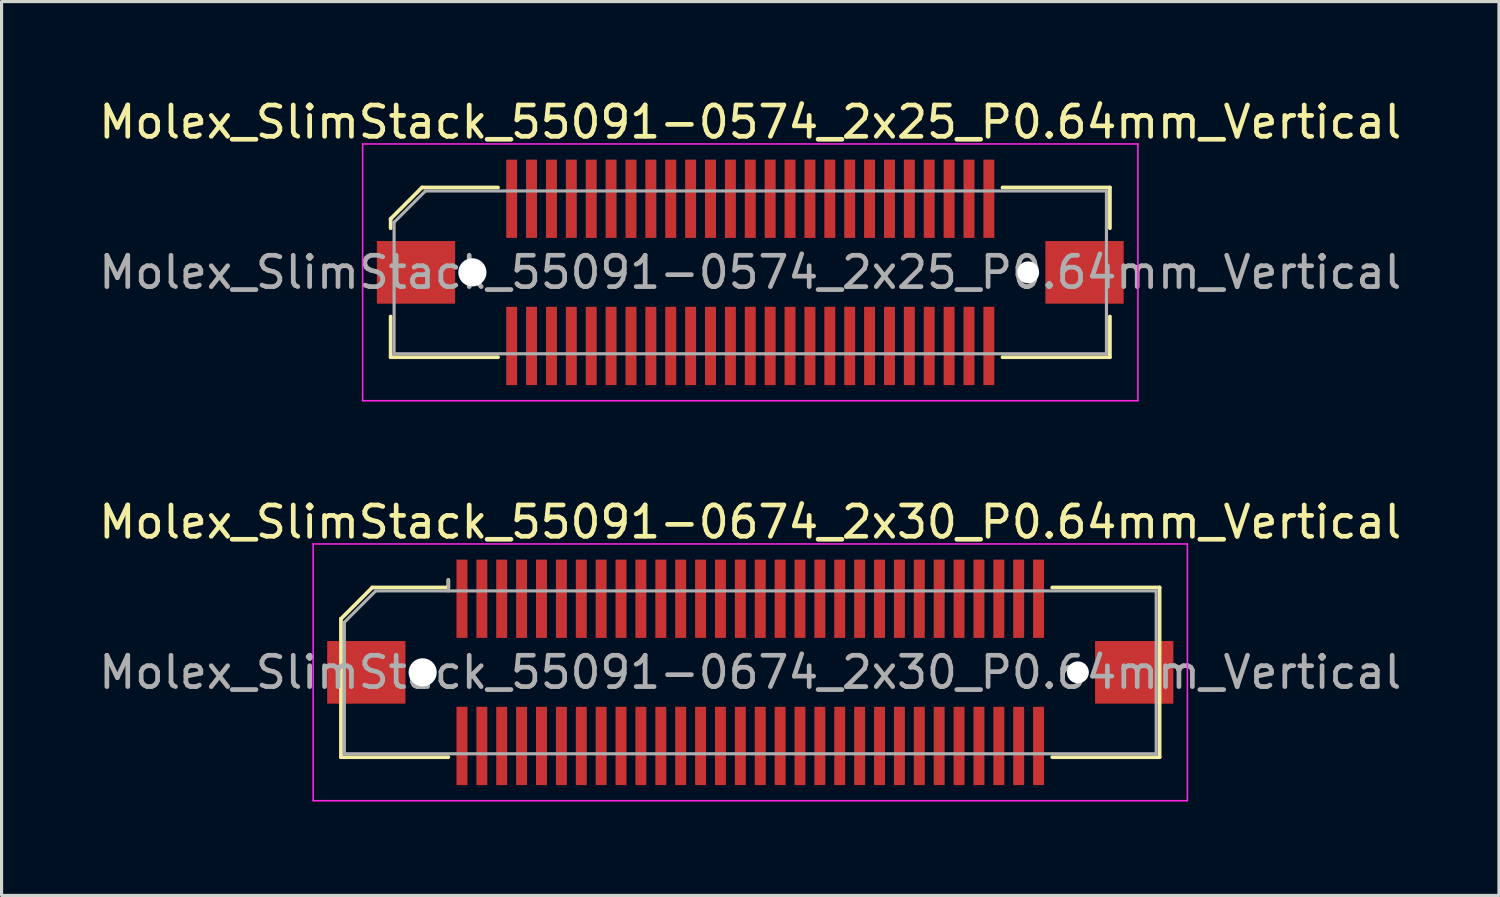
<source format=kicad_pcb>
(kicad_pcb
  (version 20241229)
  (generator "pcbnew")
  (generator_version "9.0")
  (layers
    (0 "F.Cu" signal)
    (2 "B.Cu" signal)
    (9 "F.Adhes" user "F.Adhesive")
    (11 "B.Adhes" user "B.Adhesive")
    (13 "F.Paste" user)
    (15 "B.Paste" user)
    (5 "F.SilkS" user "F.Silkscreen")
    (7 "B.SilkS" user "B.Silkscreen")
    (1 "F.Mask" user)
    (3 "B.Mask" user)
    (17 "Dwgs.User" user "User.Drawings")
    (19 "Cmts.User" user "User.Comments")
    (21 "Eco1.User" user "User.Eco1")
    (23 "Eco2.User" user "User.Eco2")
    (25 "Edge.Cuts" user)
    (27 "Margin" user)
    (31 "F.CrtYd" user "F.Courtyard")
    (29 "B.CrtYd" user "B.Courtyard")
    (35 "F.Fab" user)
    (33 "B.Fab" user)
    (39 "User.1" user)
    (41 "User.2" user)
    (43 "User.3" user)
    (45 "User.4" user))
  (footprint "Molex_SlimStack_55091-0674_2x30_P0.64mm_Vertical"
    (layer "F.Cu")
    (at 20.911 18.422)
    (property "Reference" "Molex_SlimStack_55091-0674_2x30_P0.64mm_Vertical" (at 0 -4.8 0) (layer "F.SilkS") (effects (font (size 1 1) (thickness 0.15))))
    (attr smd)
    (fp_line (start -13.072 -1.71) (end -12.072 -2.71) (stroke (width 0.12) (type solid)) (layer "F.SilkS"))
    (fp_line (start -13.072 2.71) (end -13.072 -1.71) (stroke (width 0.12) (type solid)) (layer "F.SilkS"))
    (fp_line (start -12.072 -2.71) (end -9.643 -2.71) (stroke (width 0.12) (type solid)) (layer "F.SilkS"))
    (fp_line (start -9.643 -2.71) (end -9.643 -2.95) (stroke (width 0.12) (type solid)) (layer "F.SilkS"))
    (fp_line (start -9.643 2.71) (end -13.072 2.71) (stroke (width 0.12) (type solid)) (layer "F.SilkS"))
    (fp_line (start 9.643 2.71) (end 13.072 2.71) (stroke (width 0.12) (type solid)) (layer "F.SilkS"))
    (fp_line (start 13.072 -2.71) (end 9.643 -2.71) (stroke (width 0.12) (type solid)) (layer "F.SilkS"))
    (fp_line (start 13.072 2.71) (end 13.072 -2.71) (stroke (width 0.12) (type solid)) (layer "F.SilkS"))
    (fp_line (start -13.96 -4.1) (end -13.96 4.1) (stroke (width 0.05) (type solid)) (layer "F.CrtYd"))
    (fp_line (start -13.96 4.1) (end 13.96 4.1) (stroke (width 0.05) (type solid)) (layer "F.CrtYd"))
    (fp_line (start 13.96 -4.1) (end -13.96 -4.1) (stroke (width 0.05) (type solid)) (layer "F.CrtYd"))
    (fp_line (start 13.96 4.1) (end 13.96 -4.1) (stroke (width 0.05) (type solid)) (layer "F.CrtYd"))
    (fp_line (start -12.963 -1.6) (end -11.963 -2.6) (stroke (width 0.1) (type solid)) (layer "F.Fab"))
    (fp_line (start -12.963 2.6) (end -12.963 -1.6) (stroke (width 0.1) (type solid)) (layer "F.Fab"))
    (fp_line (start -11.963 -2.6) (end 12.963 -2.6) (stroke (width 0.1) (type solid)) (layer "F.Fab"))
    (fp_line (start -9.643 -2.6) (end -9.643 -2.95) (stroke (width 0.1) (type solid)) (layer "F.Fab"))
    (fp_line (start 12.963 -2.6) (end 12.963 2.6) (stroke (width 0.1) (type solid)) (layer "F.Fab"))
    (fp_line (start 12.963 2.6) (end -12.963 2.6) (stroke (width 0.1) (type solid)) (layer "F.Fab"))
    (fp_text user "${REFERENCE}" (at 0 0 0) (layer "F.Fab") (effects (font (size 1 1) (thickness 0.15))))
    (pad "" smd rect (at -12.262 0) (size 2.5 2) (layers "F.Cu" "F.Mask" "F.Paste"))
    (pad "" np_thru_hole circle (at -10.463 0) (size 0.9 0.9) (drill 0.9) (layers "*.Cu" "*.Mask"))
    (pad "" np_thru_hole circle (at 10.463 0) (size 0.7 0.7) (drill 0.7) (layers "*.Cu" "*.Mask"))
    (pad "" smd rect (at 12.262 0) (size 2.5 2) (layers "F.Cu" "F.Mask" "F.Paste"))
    (pad "1" smd rect (at -9.207 -2.35) (size 0.35 2.5) (layers "F.Cu" "F.Mask" "F.Paste"))
    (pad "2" smd rect (at -9.207 2.35) (size 0.35 2.5) (layers "F.Cu" "F.Mask" "F.Paste"))
    (pad "3" smd rect (at -8.572 -2.35) (size 0.35 2.5) (layers "F.Cu" "F.Mask" "F.Paste"))
    (pad "4" smd rect (at -8.572 2.35) (size 0.35 2.5) (layers "F.Cu" "F.Mask" "F.Paste"))
    (pad "5" smd rect (at -7.938 -2.35) (size 0.35 2.5) (layers "F.Cu" "F.Mask" "F.Paste"))
    (pad "6" smd rect (at -7.938 2.35) (size 0.35 2.5) (layers "F.Cu" "F.Mask" "F.Paste"))
    (pad "7" smd rect (at -7.303 -2.35) (size 0.35 2.5) (layers "F.Cu" "F.Mask" "F.Paste"))
    (pad "8" smd rect (at -7.303 2.35) (size 0.35 2.5) (layers "F.Cu" "F.Mask" "F.Paste"))
    (pad "9" smd rect (at -6.668 -2.35) (size 0.35 2.5) (layers "F.Cu" "F.Mask" "F.Paste"))
    (pad "10" smd rect (at -6.668 2.35) (size 0.35 2.5) (layers "F.Cu" "F.Mask" "F.Paste"))
    (pad "11" smd rect (at -6.032 -2.35) (size 0.35 2.5) (layers "F.Cu" "F.Mask" "F.Paste"))
    (pad "12" smd rect (at -6.032 2.35) (size 0.35 2.5) (layers "F.Cu" "F.Mask" "F.Paste"))
    (pad "13" smd rect (at -5.397 -2.35) (size 0.35 2.5) (layers "F.Cu" "F.Mask" "F.Paste"))
    (pad "14" smd rect (at -5.397 2.35) (size 0.35 2.5) (layers "F.Cu" "F.Mask" "F.Paste"))
    (pad "15" smd rect (at -4.763 -2.35) (size 0.35 2.5) (layers "F.Cu" "F.Mask" "F.Paste"))
    (pad "16" smd rect (at -4.763 2.35) (size 0.35 2.5) (layers "F.Cu" "F.Mask" "F.Paste"))
    (pad "17" smd rect (at -4.128 -2.35) (size 0.35 2.5) (layers "F.Cu" "F.Mask" "F.Paste"))
    (pad "18" smd rect (at -4.128 2.35) (size 0.35 2.5) (layers "F.Cu" "F.Mask" "F.Paste"))
    (pad "19" smd rect (at -3.493 -2.35) (size 0.35 2.5) (layers "F.Cu" "F.Mask" "F.Paste"))
    (pad "20" smd rect (at -3.493 2.35) (size 0.35 2.5) (layers "F.Cu" "F.Mask" "F.Paste"))
    (pad "21" smd rect (at -2.857 -2.35) (size 0.35 2.5) (layers "F.Cu" "F.Mask" "F.Paste"))
    (pad "22" smd rect (at -2.857 2.35) (size 0.35 2.5) (layers "F.Cu" "F.Mask" "F.Paste"))
    (pad "23" smd rect (at -2.223 -2.35) (size 0.35 2.5) (layers "F.Cu" "F.Mask" "F.Paste"))
    (pad "24" smd rect (at -2.223 2.35) (size 0.35 2.5) (layers "F.Cu" "F.Mask" "F.Paste"))
    (pad "25" smd rect (at -1.587 -2.35) (size 0.35 2.5) (layers "F.Cu" "F.Mask" "F.Paste"))
    (pad "26" smd rect (at -1.587 2.35) (size 0.35 2.5) (layers "F.Cu" "F.Mask" "F.Paste"))
    (pad "27" smd rect (at -0.953 -2.35) (size 0.35 2.5) (layers "F.Cu" "F.Mask" "F.Paste"))
    (pad "28" smd rect (at -0.953 2.35) (size 0.35 2.5) (layers "F.Cu" "F.Mask" "F.Paste"))
    (pad "29" smd rect (at -0.318 -2.35) (size 0.35 2.5) (layers "F.Cu" "F.Mask" "F.Paste"))
    (pad "30" smd rect (at -0.318 2.35) (size 0.35 2.5) (layers "F.Cu" "F.Mask" "F.Paste"))
    (pad "31" smd rect (at 0.318 -2.35) (size 0.35 2.5) (layers "F.Cu" "F.Mask" "F.Paste"))
    (pad "32" smd rect (at 0.318 2.35) (size 0.35 2.5) (layers "F.Cu" "F.Mask" "F.Paste"))
    (pad "33" smd rect (at 0.953 -2.35) (size 0.35 2.5) (layers "F.Cu" "F.Mask" "F.Paste"))
    (pad "34" smd rect (at 0.953 2.35) (size 0.35 2.5) (layers "F.Cu" "F.Mask" "F.Paste"))
    (pad "35" smd rect (at 1.587 -2.35) (size 0.35 2.5) (layers "F.Cu" "F.Mask" "F.Paste"))
    (pad "36" smd rect (at 1.587 2.35) (size 0.35 2.5) (layers "F.Cu" "F.Mask" "F.Paste"))
    (pad "37" smd rect (at 2.223 -2.35) (size 0.35 2.5) (layers "F.Cu" "F.Mask" "F.Paste"))
    (pad "38" smd rect (at 2.223 2.35) (size 0.35 2.5) (layers "F.Cu" "F.Mask" "F.Paste"))
    (pad "39" smd rect (at 2.857 -2.35) (size 0.35 2.5) (layers "F.Cu" "F.Mask" "F.Paste"))
    (pad "40" smd rect (at 2.857 2.35) (size 0.35 2.5) (layers "F.Cu" "F.Mask" "F.Paste"))
    (pad "41" smd rect (at 3.493 -2.35) (size 0.35 2.5) (layers "F.Cu" "F.Mask" "F.Paste"))
    (pad "42" smd rect (at 3.493 2.35) (size 0.35 2.5) (layers "F.Cu" "F.Mask" "F.Paste"))
    (pad "43" smd rect (at 4.128 -2.35) (size 0.35 2.5) (layers "F.Cu" "F.Mask" "F.Paste"))
    (pad "44" smd rect (at 4.128 2.35) (size 0.35 2.5) (layers "F.Cu" "F.Mask" "F.Paste"))
    (pad "45" smd rect (at 4.763 -2.35) (size 0.35 2.5) (layers "F.Cu" "F.Mask" "F.Paste"))
    (pad "46" smd rect (at 4.763 2.35) (size 0.35 2.5) (layers "F.Cu" "F.Mask" "F.Paste"))
    (pad "47" smd rect (at 5.397 -2.35) (size 0.35 2.5) (layers "F.Cu" "F.Mask" "F.Paste"))
    (pad "48" smd rect (at 5.397 2.35) (size 0.35 2.5) (layers "F.Cu" "F.Mask" "F.Paste"))
    (pad "49" smd rect (at 6.032 -2.35) (size 0.35 2.5) (layers "F.Cu" "F.Mask" "F.Paste"))
    (pad "50" smd rect (at 6.032 2.35) (size 0.35 2.5) (layers "F.Cu" "F.Mask" "F.Paste"))
    (pad "51" smd rect (at 6.668 -2.35) (size 0.35 2.5) (layers "F.Cu" "F.Mask" "F.Paste"))
    (pad "52" smd rect (at 6.668 2.35) (size 0.35 2.5) (layers "F.Cu" "F.Mask" "F.Paste"))
    (pad "53" smd rect (at 7.303 -2.35) (size 0.35 2.5) (layers "F.Cu" "F.Mask" "F.Paste"))
    (pad "54" smd rect (at 7.303 2.35) (size 0.35 2.5) (layers "F.Cu" "F.Mask" "F.Paste"))
    (pad "55" smd rect (at 7.938 -2.35) (size 0.35 2.5) (layers "F.Cu" "F.Mask" "F.Paste"))
    (pad "56" smd rect (at 7.938 2.35) (size 0.35 2.5) (layers "F.Cu" "F.Mask" "F.Paste"))
    (pad "57" smd rect (at 8.572 -2.35) (size 0.35 2.5) (layers "F.Cu" "F.Mask" "F.Paste"))
    (pad "58" smd rect (at 8.572 2.35) (size 0.35 2.5) (layers "F.Cu" "F.Mask" "F.Paste"))
    (pad "59" smd rect (at 9.207 -2.35) (size 0.35 2.5) (layers "F.Cu" "F.Mask" "F.Paste"))
    (pad "60" smd rect (at 9.207 2.35) (size 0.35 2.5) (layers "F.Cu" "F.Mask" "F.Paste")))
  (footprint "Molex_SlimStack_55091-0574_2x25_P0.64mm_Vertical"
    (layer "F.Cu")
    (at 20.911 5.648)
    (property "Reference" "Molex_SlimStack_55091-0574_2x25_P0.64mm_Vertical" (at 0 -4.8 0) (layer "F.SilkS") (effects (font (size 1 1) (thickness 0.15))))
    (attr smd)
    (fp_line (start -11.485 -1.71) (end -10.485 -2.71) (stroke (width 0.12) (type solid)) (layer "F.SilkS"))
    (fp_line (start -11.485 -1.41) (end -11.485 -1.71) (stroke (width 0.12) (type solid)) (layer "F.SilkS"))
    (fp_line (start -11.485 2.71) (end -11.485 1.41) (stroke (width 0.12) (type solid)) (layer "F.SilkS"))
    (fp_line (start -10.485 -2.71) (end -8.055 -2.71) (stroke (width 0.12) (type solid)) (layer "F.SilkS"))
    (fp_line (start -8.055 2.71) (end -11.485 2.71) (stroke (width 0.12) (type solid)) (layer "F.SilkS"))
    (fp_line (start 8.055 2.71) (end 11.485 2.71) (stroke (width 0.12) (type solid)) (layer "F.SilkS"))
    (fp_line (start 11.485 -2.71) (end 8.055 -2.71) (stroke (width 0.12) (type solid)) (layer "F.SilkS"))
    (fp_line (start 11.485 -1.41) (end 11.485 -2.71) (stroke (width 0.12) (type solid)) (layer "F.SilkS"))
    (fp_line (start 11.485 2.71) (end 11.485 1.41) (stroke (width 0.12) (type solid)) (layer "F.SilkS"))
    (fp_line (start -12.38 -4.1) (end -12.38 4.1) (stroke (width 0.05) (type solid)) (layer "F.CrtYd"))
    (fp_line (start -12.38 4.1) (end 12.38 4.1) (stroke (width 0.05) (type solid)) (layer "F.CrtYd"))
    (fp_line (start 12.38 -4.1) (end -12.38 -4.1) (stroke (width 0.05) (type solid)) (layer "F.CrtYd"))
    (fp_line (start 12.38 4.1) (end 12.38 -4.1) (stroke (width 0.05) (type solid)) (layer "F.CrtYd"))
    (fp_line (start -11.375 -1.6) (end -10.375 -2.6) (stroke (width 0.1) (type solid)) (layer "F.Fab"))
    (fp_line (start -11.375 2.6) (end -11.375 -1.6) (stroke (width 0.1) (type solid)) (layer "F.Fab"))
    (fp_line (start -10.375 -2.6) (end 11.375 -2.6) (stroke (width 0.1) (type solid)) (layer "F.Fab"))
    (fp_line (start 11.375 -2.6) (end 11.375 2.6) (stroke (width 0.1) (type solid)) (layer "F.Fab"))
    (fp_line (start 11.375 2.6) (end -11.375 2.6) (stroke (width 0.1) (type solid)) (layer "F.Fab"))
    (fp_text user "${REFERENCE}" (at 0 0 0) (layer "F.Fab") (effects (font (size 1 1) (thickness 0.15))))
    (pad "" np_thru_hole circle (at -8.875 0) (size 0.9 0.9) (drill 0.9) (layers "*.Cu" "*.Mask"))
    (pad "" np_thru_hole circle (at 8.875 0) (size 0.7 0.7) (drill 0.7) (layers "*.Cu" "*.Mask"))
    (pad "1" smd rect (at -7.62 -2.35) (size 0.35 2.5) (layers "F.Cu" "F.Mask" "F.Paste"))
    (pad "2" smd rect (at -7.62 2.35) (size 0.35 2.5) (layers "F.Cu" "F.Mask" "F.Paste"))
    (pad "3" smd rect (at -6.985 -2.35) (size 0.35 2.5) (layers "F.Cu" "F.Mask" "F.Paste"))
    (pad "4" smd rect (at -6.985 2.35) (size 0.35 2.5) (layers "F.Cu" "F.Mask" "F.Paste"))
    (pad "5" smd rect (at -6.35 -2.35) (size 0.35 2.5) (layers "F.Cu" "F.Mask" "F.Paste"))
    (pad "6" smd rect (at -6.35 2.35) (size 0.35 2.5) (layers "F.Cu" "F.Mask" "F.Paste"))
    (pad "7" smd rect (at -5.715 -2.35) (size 0.35 2.5) (layers "F.Cu" "F.Mask" "F.Paste"))
    (pad "8" smd rect (at -5.715 2.35) (size 0.35 2.5) (layers "F.Cu" "F.Mask" "F.Paste"))
    (pad "9" smd rect (at -5.08 -2.35) (size 0.35 2.5) (layers "F.Cu" "F.Mask" "F.Paste"))
    (pad "10" smd rect (at -5.08 2.35) (size 0.35 2.5) (layers "F.Cu" "F.Mask" "F.Paste"))
    (pad "11" smd rect (at -4.445 -2.35) (size 0.35 2.5) (layers "F.Cu" "F.Mask" "F.Paste"))
    (pad "12" smd rect (at -4.445 2.35) (size 0.35 2.5) (layers "F.Cu" "F.Mask" "F.Paste"))
    (pad "13" smd rect (at -3.81 -2.35) (size 0.35 2.5) (layers "F.Cu" "F.Mask" "F.Paste"))
    (pad "14" smd rect (at -3.81 2.35) (size 0.35 2.5) (layers "F.Cu" "F.Mask" "F.Paste"))
    (pad "15" smd rect (at -3.175 -2.35) (size 0.35 2.5) (layers "F.Cu" "F.Mask" "F.Paste"))
    (pad "16" smd rect (at -3.175 2.35) (size 0.35 2.5) (layers "F.Cu" "F.Mask" "F.Paste"))
    (pad "17" smd rect (at -2.54 -2.35) (size 0.35 2.5) (layers "F.Cu" "F.Mask" "F.Paste"))
    (pad "18" smd rect (at -2.54 2.35) (size 0.35 2.5) (layers "F.Cu" "F.Mask" "F.Paste"))
    (pad "19" smd rect (at -1.905 -2.35) (size 0.35 2.5) (layers "F.Cu" "F.Mask" "F.Paste"))
    (pad "20" smd rect (at -1.905 2.35) (size 0.35 2.5) (layers "F.Cu" "F.Mask" "F.Paste"))
    (pad "21" smd rect (at -1.27 -2.35) (size 0.35 2.5) (layers "F.Cu" "F.Mask" "F.Paste"))
    (pad "22" smd rect (at -1.27 2.35) (size 0.35 2.5) (layers "F.Cu" "F.Mask" "F.Paste"))
    (pad "23" smd rect (at -0.635 -2.35) (size 0.35 2.5) (layers "F.Cu" "F.Mask" "F.Paste"))
    (pad "24" smd rect (at -0.635 2.35) (size 0.35 2.5) (layers "F.Cu" "F.Mask" "F.Paste"))
    (pad "25" smd rect (at 0 -2.35) (size 0.35 2.5) (layers "F.Cu" "F.Mask" "F.Paste"))
    (pad "26" smd rect (at 0 2.35) (size 0.35 2.5) (layers "F.Cu" "F.Mask" "F.Paste"))
    (pad "27" smd rect (at 0.635 -2.35) (size 0.35 2.5) (layers "F.Cu" "F.Mask" "F.Paste"))
    (pad "28" smd rect (at 0.635 2.35) (size 0.35 2.5) (layers "F.Cu" "F.Mask" "F.Paste"))
    (pad "29" smd rect (at 1.27 -2.35) (size 0.35 2.5) (layers "F.Cu" "F.Mask" "F.Paste"))
    (pad "30" smd rect (at 1.27 2.35) (size 0.35 2.5) (layers "F.Cu" "F.Mask" "F.Paste"))
    (pad "31" smd rect (at 1.905 -2.35) (size 0.35 2.5) (layers "F.Cu" "F.Mask" "F.Paste"))
    (pad "32" smd rect (at 1.905 2.35) (size 0.35 2.5) (layers "F.Cu" "F.Mask" "F.Paste"))
    (pad "33" smd rect (at 2.54 -2.35) (size 0.35 2.5) (layers "F.Cu" "F.Mask" "F.Paste"))
    (pad "34" smd rect (at 2.54 2.35) (size 0.35 2.5) (layers "F.Cu" "F.Mask" "F.Paste"))
    (pad "35" smd rect (at 3.175 -2.35) (size 0.35 2.5) (layers "F.Cu" "F.Mask" "F.Paste"))
    (pad "36" smd rect (at 3.175 2.35) (size 0.35 2.5) (layers "F.Cu" "F.Mask" "F.Paste"))
    (pad "37" smd rect (at 3.81 -2.35) (size 0.35 2.5) (layers "F.Cu" "F.Mask" "F.Paste"))
    (pad "38" smd rect (at 3.81 2.35) (size 0.35 2.5) (layers "F.Cu" "F.Mask" "F.Paste"))
    (pad "39" smd rect (at 4.445 -2.35) (size 0.35 2.5) (layers "F.Cu" "F.Mask" "F.Paste"))
    (pad "40" smd rect (at 4.445 2.35) (size 0.35 2.5) (layers "F.Cu" "F.Mask" "F.Paste"))
    (pad "41" smd rect (at 5.08 -2.35) (size 0.35 2.5) (layers "F.Cu" "F.Mask" "F.Paste"))
    (pad "42" smd rect (at 5.08 2.35) (size 0.35 2.5) (layers "F.Cu" "F.Mask" "F.Paste"))
    (pad "43" smd rect (at 5.715 -2.35) (size 0.35 2.5) (layers "F.Cu" "F.Mask" "F.Paste"))
    (pad "44" smd rect (at 5.715 2.35) (size 0.35 2.5) (layers "F.Cu" "F.Mask" "F.Paste"))
    (pad "45" smd rect (at 6.35 -2.35) (size 0.35 2.5) (layers "F.Cu" "F.Mask" "F.Paste"))
    (pad "46" smd rect (at 6.35 2.35) (size 0.35 2.5) (layers "F.Cu" "F.Mask" "F.Paste"))
    (pad "47" smd rect (at 6.985 -2.35) (size 0.35 2.5) (layers "F.Cu" "F.Mask" "F.Paste"))
    (pad "48" smd rect (at 6.985 2.35) (size 0.35 2.5) (layers "F.Cu" "F.Mask" "F.Paste"))
    (pad "49" smd rect (at 7.62 -2.35) (size 0.35 2.5) (layers "F.Cu" "F.Mask" "F.Paste"))
    (pad "50" smd rect (at 7.62 2.35) (size 0.35 2.5) (layers "F.Cu" "F.Mask" "F.Paste"))
    (pad "MP" smd rect (at -10.675 0) (size 2.5 2) (layers "F.Cu" "F.Mask" "F.Paste"))
    (pad "MP" smd rect (at 10.675 0) (size 2.5 2) (layers "F.Cu" "F.Mask" "F.Paste")))
  (gr_rect
    (start -3 -3)
    (end 44.821 25.547)
    (stroke (width 0.1) (type default))
    (fill no)
    (layer "Edge.Cuts")))
</source>
